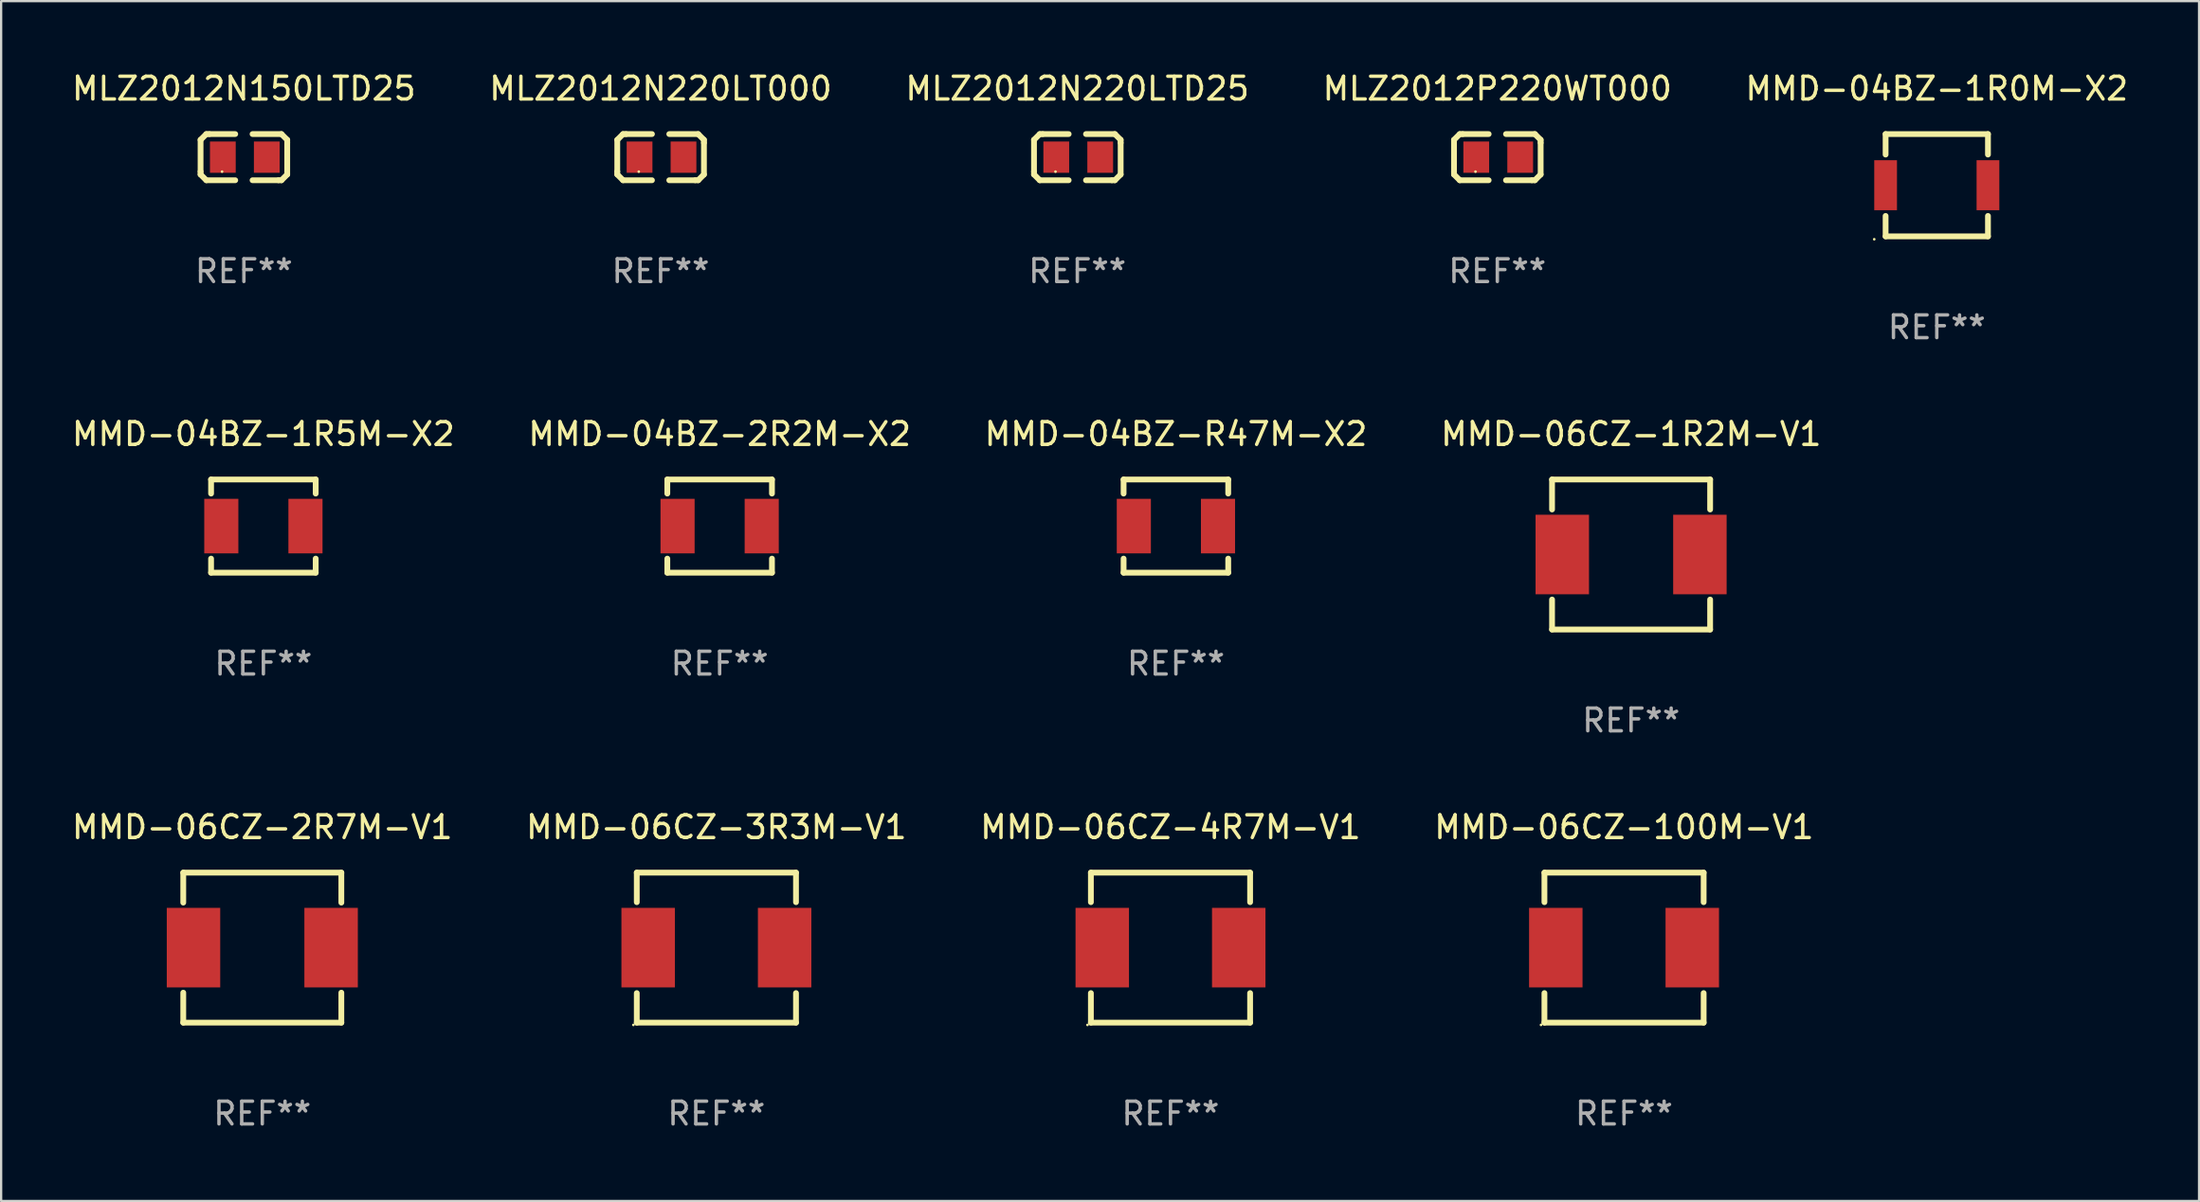
<source format=kicad_pcb>
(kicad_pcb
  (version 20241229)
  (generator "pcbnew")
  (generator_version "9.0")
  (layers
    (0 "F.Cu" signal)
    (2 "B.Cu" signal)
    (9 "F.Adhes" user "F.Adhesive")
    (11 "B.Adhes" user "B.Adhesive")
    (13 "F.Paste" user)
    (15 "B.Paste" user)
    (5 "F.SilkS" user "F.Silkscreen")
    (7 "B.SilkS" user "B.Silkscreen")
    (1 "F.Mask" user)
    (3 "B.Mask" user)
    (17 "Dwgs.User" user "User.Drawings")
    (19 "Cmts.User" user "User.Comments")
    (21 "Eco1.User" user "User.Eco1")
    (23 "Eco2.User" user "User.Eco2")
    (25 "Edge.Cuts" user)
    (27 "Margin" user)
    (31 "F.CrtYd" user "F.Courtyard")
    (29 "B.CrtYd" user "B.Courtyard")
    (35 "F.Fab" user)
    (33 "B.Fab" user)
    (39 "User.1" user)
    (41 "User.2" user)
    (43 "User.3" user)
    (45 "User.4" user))
  (footprint "MMD-06CZ-3R3M-V1"
    (layer "F.Cu")
    (at 28.446 38.642)
    (property "Reference" "MMD-06CZ-3R3M-V1" (at 0 -5.3 0) (layer "F.SilkS") (effects (font (size 1 1) (thickness 0.15))))
    (attr through_hole)
    (fp_line (start -3.5 3.3) (end 3.5 3.3) (stroke (width 0.254) (type solid)) (layer "F.SilkS"))
    (fp_line (start -3.5 -3.3) (end -3.5 -2) (stroke (width 0.254) (type solid)) (layer "F.SilkS"))
    (fp_line (start -3.5 -3.3) (end 3.5 -3.3) (stroke (width 0.254) (type solid)) (layer "F.SilkS"))
    (fp_line (start -3.5 2) (end -3.5 3.3) (stroke (width 0.254) (type solid)) (layer "F.SilkS"))
    (fp_line (start 3.5 -3.3) (end 3.5 -2) (stroke (width 0.254) (type solid)) (layer "F.SilkS"))
    (fp_line (start 3.5 2) (end 3.5 3.3) (stroke (width 0.254) (type solid)) (layer "F.SilkS"))
    (fp_circle (center -3.65 3.4) (end -3.62 3.4) (stroke (width 0.06) (type solid)) (fill no) (layer "F.SilkS"))
    (fp_text user "REF**" (at 0 7.3 0) (layer "F.Fab") (effects (font (size 1 1) (thickness 0.15))))
    (pad "1" smd rect (at -3 0) (size 2.35 3.5) (layers "F.Cu" "F.Mask" "F.Paste"))
    (pad "2" smd rect (at 3 0) (size 2.35 3.5) (layers "F.Cu" "F.Mask" "F.Paste")))
  (footprint "MMD-06CZ-4R7M-V1"
    (layer "F.Cu")
    (at 48.411 38.642)
    (property "Reference" "MMD-06CZ-4R7M-V1" (at 0 -5.3 0) (layer "F.SilkS") (effects (font (size 1 1) (thickness 0.15))))
    (attr through_hole)
    (fp_line (start -3.5 3.3) (end 3.5 3.3) (stroke (width 0.254) (type solid)) (layer "F.SilkS"))
    (fp_line (start -3.5 -3.3) (end -3.5 -2) (stroke (width 0.254) (type solid)) (layer "F.SilkS"))
    (fp_line (start -3.5 -3.3) (end 3.5 -3.3) (stroke (width 0.254) (type solid)) (layer "F.SilkS"))
    (fp_line (start -3.5 2) (end -3.5 3.3) (stroke (width 0.254) (type solid)) (layer "F.SilkS"))
    (fp_line (start 3.5 -3.3) (end 3.5 -2) (stroke (width 0.254) (type solid)) (layer "F.SilkS"))
    (fp_line (start 3.5 2) (end 3.5 3.3) (stroke (width 0.254) (type solid)) (layer "F.SilkS"))
    (fp_circle (center -3.65 3.4) (end -3.62 3.4) (stroke (width 0.06) (type solid)) (fill no) (layer "F.SilkS"))
    (fp_text user "REF**" (at 0 7.3 0) (layer "F.Fab") (effects (font (size 1 1) (thickness 0.15))))
    (pad "1" smd rect (at -3 0) (size 2.35 3.5) (layers "F.Cu" "F.Mask" "F.Paste"))
    (pad "2" smd rect (at 3 0) (size 2.35 3.5) (layers "F.Cu" "F.Mask" "F.Paste")))
  (footprint "MMD-06CZ-100M-V1"
    (layer "F.Cu")
    (at 68.351 38.642)
    (property "Reference" "MMD-06CZ-100M-V1" (at 0 -5.3 0) (layer "F.SilkS") (effects (font (size 1 1) (thickness 0.15))))
    (attr through_hole)
    (fp_line (start -3.5 3.3) (end 3.5 3.3) (stroke (width 0.254) (type solid)) (layer "F.SilkS"))
    (fp_line (start -3.5 -3.3) (end -3.5 -2) (stroke (width 0.254) (type solid)) (layer "F.SilkS"))
    (fp_line (start -3.5 -3.3) (end 3.5 -3.3) (stroke (width 0.254) (type solid)) (layer "F.SilkS"))
    (fp_line (start -3.5 2) (end -3.5 3.3) (stroke (width 0.254) (type solid)) (layer "F.SilkS"))
    (fp_line (start 3.5 -3.3) (end 3.5 -2) (stroke (width 0.254) (type solid)) (layer "F.SilkS"))
    (fp_line (start 3.5 2) (end 3.5 3.3) (stroke (width 0.254) (type solid)) (layer "F.SilkS"))
    (fp_circle (center -3.65 3.4) (end -3.62 3.4) (stroke (width 0.06) (type solid)) (fill no) (layer "F.SilkS"))
    (fp_text user "REF**" (at 0 7.3 0) (layer "F.Fab") (effects (font (size 1 1) (thickness 0.15))))
    (pad "1" smd rect (at -3 0) (size 2.35 3.5) (layers "F.Cu" "F.Mask" "F.Paste"))
    (pad "2" smd rect (at 3 0) (size 2.35 3.5) (layers "F.Cu" "F.Mask" "F.Paste")))
  (footprint "MMD-04BZ-2R2M-X2"
    (layer "F.Cu")
    (at 28.589 20.096)
    (property "Reference" "MMD-04BZ-2R2M-X2" (at 0 -4.05 0) (layer "F.SilkS") (effects (font (size 1 1) (thickness 0.15))))
    (attr through_hole)
    (fp_line (start -2.3 -2.05) (end 2.3 -2.05) (stroke (width 0.254) (type solid)) (layer "F.SilkS"))
    (fp_line (start -2.3 -1.431) (end -2.3 -2.05) (stroke (width 0.254) (type solid)) (layer "F.SilkS"))
    (fp_line (start -2.3 2.05) (end -2.3 1.431) (stroke (width 0.254) (type solid)) (layer "F.SilkS"))
    (fp_line (start 2.3 -1.431) (end 2.3 -2.05) (stroke (width 0.254) (type solid)) (layer "F.SilkS"))
    (fp_line (start 2.3 2.05) (end -2.3 2.05) (stroke (width 0.254) (type solid)) (layer "F.SilkS"))
    (fp_line (start 2.3 2.05) (end 2.3 1.431) (stroke (width 0.254) (type solid)) (layer "F.SilkS"))
    (fp_circle (center -2.25 2.05) (end -2.22 2.05) (stroke (width 0.06) (type solid)) (fill no) (layer "F.SilkS"))
    (fp_text user "REF**" (at 0 6.05 0) (layer "F.Fab") (effects (font (size 1 1) (thickness 0.15))))
    (pad "1" smd rect (at -1.85 0 90) (size 2.4 1.5) (layers "F.Cu" "F.Mask" "F.Paste"))
    (pad "2" smd rect (at 1.85 0 90) (size 2.4 1.5) (layers "F.Cu" "F.Mask" "F.Paste")))
  (footprint "MMD-04BZ-R47M-X2"
    (layer "F.Cu")
    (at 48.649 20.096)
    (property "Reference" "MMD-04BZ-R47M-X2" (at 0 -4.05 0) (layer "F.SilkS") (effects (font (size 1 1) (thickness 0.15))))
    (attr through_hole)
    (fp_line (start -2.3 -2.05) (end 2.3 -2.05) (stroke (width 0.254) (type solid)) (layer "F.SilkS"))
    (fp_line (start -2.3 -1.431) (end -2.3 -2.05) (stroke (width 0.254) (type solid)) (layer "F.SilkS"))
    (fp_line (start -2.3 2.05) (end -2.3 1.431) (stroke (width 0.254) (type solid)) (layer "F.SilkS"))
    (fp_line (start 2.3 -1.431) (end 2.3 -2.05) (stroke (width 0.254) (type solid)) (layer "F.SilkS"))
    (fp_line (start 2.3 2.05) (end -2.3 2.05) (stroke (width 0.254) (type solid)) (layer "F.SilkS"))
    (fp_line (start 2.3 2.05) (end 2.3 1.431) (stroke (width 0.254) (type solid)) (layer "F.SilkS"))
    (fp_circle (center -2.25 2.05) (end -2.22 2.05) (stroke (width 0.06) (type solid)) (fill no) (layer "F.SilkS"))
    (fp_text user "REF**" (at 0 6.05 0) (layer "F.Fab") (effects (font (size 1 1) (thickness 0.15))))
    (pad "1" smd rect (at -1.85 0 90) (size 2.4 1.5) (layers "F.Cu" "F.Mask" "F.Paste"))
    (pad "2" smd rect (at 1.85 0 90) (size 2.4 1.5) (layers "F.Cu" "F.Mask" "F.Paste")))
  (footprint "MMD-06CZ-1R2M-V1"
    (layer "F.Cu")
    (at 68.661 21.346)
    (property "Reference" "MMD-06CZ-1R2M-V1" (at 0 -5.3 0) (layer "F.SilkS") (effects (font (size 1 1) (thickness 0.15))))
    (attr through_hole)
    (fp_line (start -3.475 -3.3) (end 3.475 -3.3) (stroke (width 0.254) (type solid)) (layer "F.SilkS"))
    (fp_line (start -3.475 -1.981) (end -3.475 -3.3) (stroke (width 0.254) (type solid)) (layer "F.SilkS"))
    (fp_line (start -3.475 3.3) (end -3.475 1.981) (stroke (width 0.254) (type solid)) (layer "F.SilkS"))
    (fp_line (start -3.475 3.3) (end 3.475 3.3) (stroke (width 0.254) (type solid)) (layer "F.SilkS"))
    (fp_line (start 3.475 -1.981) (end 3.475 -3.3) (stroke (width 0.254) (type solid)) (layer "F.SilkS"))
    (fp_line (start 3.475 3.3) (end 3.475 1.981) (stroke (width 0.254) (type solid)) (layer "F.SilkS"))
    (fp_circle (center -3.475 3.3) (end -3.445 3.3) (stroke (width 0.06) (type solid)) (fill no) (layer "F.SilkS"))
    (fp_text user "REF**" (at 0 7.3 0) (layer "F.Fab") (effects (font (size 1 1) (thickness 0.15))))
    (pad "1" smd rect (at -3.025 0) (size 2.35 3.5) (layers "F.Cu" "F.Mask" "F.Paste"))
    (pad "2" smd rect (at 3.025 0) (size 2.35 3.5) (layers "F.Cu" "F.Mask" "F.Paste")))
  (footprint "MLZ2012N150LTD25"
    (layer "F.Cu")
    (at 7.673 3.864)
    (property "Reference" "MLZ2012N150LTD25" (at 0 -3.016 0) (layer "F.SilkS") (effects (font (size 1 1) (thickness 0.15))))
    (attr through_hole)
    (fp_line (start -1.905 -0.762) (end -1.905 0.635) (stroke (width 0.254) (type solid)) (layer "F.SilkS"))
    (fp_line (start -1.905 0.635) (end -1.905 0.762) (stroke (width 0.254) (type solid)) (layer "F.SilkS"))
    (fp_line (start -1.905 0.762) (end -1.651 1.016) (stroke (width 0.254) (type solid)) (layer "F.SilkS"))
    (fp_line (start -1.651 -1.016) (end -1.905 -0.762) (stroke (width 0.254) (type solid)) (layer "F.SilkS"))
    (fp_line (start -1.651 1.016) (end -0.381 1.016) (stroke (width 0.254) (type solid)) (layer "F.SilkS"))
    (fp_line (start -1.524 -1.016) (end -1.651 -1.016) (stroke (width 0.254) (type solid)) (layer "F.SilkS"))
    (fp_line (start -0.381 -1.016) (end -1.524 -1.016) (stroke (width 0.254) (type solid)) (layer "F.SilkS"))
    (fp_line (start 0.381 1.016) (end 1.524 1.016) (stroke (width 0.254) (type solid)) (layer "F.SilkS"))
    (fp_line (start 1.524 1.016) (end 1.651 1.016) (stroke (width 0.254) (type solid)) (layer "F.SilkS"))
    (fp_line (start 1.651 -1.016) (end 0.381 -1.016) (stroke (width 0.254) (type solid)) (layer "F.SilkS"))
    (fp_line (start 1.651 1.016) (end 1.905 0.762) (stroke (width 0.254) (type solid)) (layer "F.SilkS"))
    (fp_line (start 1.905 -0.762) (end 1.651 -1.016) (stroke (width 0.254) (type solid)) (layer "F.SilkS"))
    (fp_line (start 1.905 -0.635) (end 1.905 -0.762) (stroke (width 0.254) (type solid)) (layer "F.SilkS"))
    (fp_line (start 1.905 0.762) (end 1.905 -0.635) (stroke (width 0.254) (type solid)) (layer "F.SilkS"))
    (fp_circle (center -0.96 0.637) (end -0.93 0.637) (stroke (width 0.06) (type solid)) (fill no) (layer "F.SilkS"))
    (fp_text user "REF**" (at 0 5.016 0) (layer "F.Fab") (effects (font (size 1 1) (thickness 0.15))))
    (pad "1" smd rect (at -0.926 -0.000051) (size 1.133 1.377) (layers "F.Cu" "F.Mask" "F.Paste"))
    (pad "2" smd rect (at 1.006 -0.000051) (size 1.133 1.377) (layers "F.Cu" "F.Mask" "F.Paste")))
  (footprint "MLZ2012N220LTD25"
    (layer "F.Cu")
    (at 44.315 3.864)
    (property "Reference" "MLZ2012N220LTD25" (at 0 -3.016 0) (layer "F.SilkS") (effects (font (size 1 1) (thickness 0.15))))
    (attr through_hole)
    (fp_line (start -1.905 -0.762) (end -1.905 0.635) (stroke (width 0.254) (type solid)) (layer "F.SilkS"))
    (fp_line (start -1.905 0.635) (end -1.905 0.762) (stroke (width 0.254) (type solid)) (layer "F.SilkS"))
    (fp_line (start -1.905 0.762) (end -1.651 1.016) (stroke (width 0.254) (type solid)) (layer "F.SilkS"))
    (fp_line (start -1.651 -1.016) (end -1.905 -0.762) (stroke (width 0.254) (type solid)) (layer "F.SilkS"))
    (fp_line (start -1.651 1.016) (end -0.381 1.016) (stroke (width 0.254) (type solid)) (layer "F.SilkS"))
    (fp_line (start -1.524 -1.016) (end -1.651 -1.016) (stroke (width 0.254) (type solid)) (layer "F.SilkS"))
    (fp_line (start -0.381 -1.016) (end -1.524 -1.016) (stroke (width 0.254) (type solid)) (layer "F.SilkS"))
    (fp_line (start 0.381 1.016) (end 1.524 1.016) (stroke (width 0.254) (type solid)) (layer "F.SilkS"))
    (fp_line (start 1.524 1.016) (end 1.651 1.016) (stroke (width 0.254) (type solid)) (layer "F.SilkS"))
    (fp_line (start 1.651 -1.016) (end 0.381 -1.016) (stroke (width 0.254) (type solid)) (layer "F.SilkS"))
    (fp_line (start 1.651 1.016) (end 1.905 0.762) (stroke (width 0.254) (type solid)) (layer "F.SilkS"))
    (fp_line (start 1.905 -0.762) (end 1.651 -1.016) (stroke (width 0.254) (type solid)) (layer "F.SilkS"))
    (fp_line (start 1.905 -0.635) (end 1.905 -0.762) (stroke (width 0.254) (type solid)) (layer "F.SilkS"))
    (fp_line (start 1.905 0.762) (end 1.905 -0.635) (stroke (width 0.254) (type solid)) (layer "F.SilkS"))
    (fp_circle (center -0.96 0.637) (end -0.93 0.637) (stroke (width 0.06) (type solid)) (fill no) (layer "F.SilkS"))
    (fp_text user "REF**" (at 0 5.016 0) (layer "F.Fab") (effects (font (size 1 1) (thickness 0.15))))
    (pad "1" smd rect (at -0.926 -0.000051) (size 1.133 1.377) (layers "F.Cu" "F.Mask" "F.Paste"))
    (pad "2" smd rect (at 1.006 -0.000051) (size 1.133 1.377) (layers "F.Cu" "F.Mask" "F.Paste")))
  (footprint "MLZ2012N220LT000"
    (layer "F.Cu")
    (at 25.994 3.864)
    (property "Reference" "MLZ2012N220LT000" (at 0 -3.016 0) (layer "F.SilkS") (effects (font (size 1 1) (thickness 0.15))))
    (attr through_hole)
    (fp_line (start -1.905 -0.762) (end -1.905 0.635) (stroke (width 0.254) (type solid)) (layer "F.SilkS"))
    (fp_line (start -1.905 0.635) (end -1.905 0.762) (stroke (width 0.254) (type solid)) (layer "F.SilkS"))
    (fp_line (start -1.905 0.762) (end -1.651 1.016) (stroke (width 0.254) (type solid)) (layer "F.SilkS"))
    (fp_line (start -1.651 -1.016) (end -1.905 -0.762) (stroke (width 0.254) (type solid)) (layer "F.SilkS"))
    (fp_line (start -1.651 1.016) (end -0.381 1.016) (stroke (width 0.254) (type solid)) (layer "F.SilkS"))
    (fp_line (start -1.524 -1.016) (end -1.651 -1.016) (stroke (width 0.254) (type solid)) (layer "F.SilkS"))
    (fp_line (start -0.381 -1.016) (end -1.524 -1.016) (stroke (width 0.254) (type solid)) (layer "F.SilkS"))
    (fp_line (start 0.381 1.016) (end 1.524 1.016) (stroke (width 0.254) (type solid)) (layer "F.SilkS"))
    (fp_line (start 1.524 1.016) (end 1.651 1.016) (stroke (width 0.254) (type solid)) (layer "F.SilkS"))
    (fp_line (start 1.651 -1.016) (end 0.381 -1.016) (stroke (width 0.254) (type solid)) (layer "F.SilkS"))
    (fp_line (start 1.651 1.016) (end 1.905 0.762) (stroke (width 0.254) (type solid)) (layer "F.SilkS"))
    (fp_line (start 1.905 -0.762) (end 1.651 -1.016) (stroke (width 0.254) (type solid)) (layer "F.SilkS"))
    (fp_line (start 1.905 -0.635) (end 1.905 -0.762) (stroke (width 0.254) (type solid)) (layer "F.SilkS"))
    (fp_line (start 1.905 0.762) (end 1.905 -0.635) (stroke (width 0.254) (type solid)) (layer "F.SilkS"))
    (fp_circle (center -0.96 0.637) (end -0.93 0.637) (stroke (width 0.06) (type solid)) (fill no) (layer "F.SilkS"))
    (fp_text user "REF**" (at 0 5.016 0) (layer "F.Fab") (effects (font (size 1 1) (thickness 0.15))))
    (pad "1" smd rect (at -0.926 -0.000051) (size 1.133 1.377) (layers "F.Cu" "F.Mask" "F.Paste"))
    (pad "2" smd rect (at 1.006 -0.000051) (size 1.133 1.377) (layers "F.Cu" "F.Mask" "F.Paste")))
  (footprint "MMD-04BZ-1R0M-X2"
    (layer "F.Cu")
    (at 82.101 5.099)
    (property "Reference" "MMD-04BZ-1R0M-X2" (at 0 -4.25 0) (layer "F.SilkS") (effects (font (size 1 1) (thickness 0.15))))
    (attr through_hole)
    (fp_line (start -2.25 -2.25) (end 2.25 -2.25) (stroke (width 0.254) (type solid)) (layer "F.SilkS"))
    (fp_line (start -2.25 -1.349) (end -2.25 -2.25) (stroke (width 0.254) (type solid)) (layer "F.SilkS"))
    (fp_line (start -2.25 2.25) (end -2.25 1.351) (stroke (width 0.254) (type solid)) (layer "F.SilkS"))
    (fp_line (start 2.25 -2.25) (end 2.25 -1.349) (stroke (width 0.254) (type solid)) (layer "F.SilkS"))
    (fp_line (start 2.25 1.351) (end 2.25 2.25) (stroke (width 0.254) (type solid)) (layer "F.SilkS"))
    (fp_line (start 2.25 2.25) (end -2.25 2.25) (stroke (width 0.254) (type solid)) (layer "F.SilkS"))
    (fp_circle (center -2.75 2.377) (end -2.72 2.377) (stroke (width 0.06) (type solid)) (fill no) (layer "F.SilkS"))
    (fp_text user "REF**" (at 0 6.25 0) (layer "F.Fab") (effects (font (size 1 1) (thickness 0.15))))
    (pad "1" smd rect (at -2.25 0) (size 1 2.2) (layers "F.Cu" "F.Mask" "F.Paste"))
    (pad "2" smd rect (at 2.25 0) (size 1 2.2) (layers "F.Cu" "F.Mask" "F.Paste")))
  (footprint "MMD-06CZ-2R7M-V1"
    (layer "F.Cu")
    (at 8.482 38.642)
    (property "Reference" "MMD-06CZ-2R7M-V1" (at 0 -5.3 0) (layer "F.SilkS") (effects (font (size 1 1) (thickness 0.15))))
    (attr through_hole)
    (fp_line (start -3.475 -3.3) (end 3.475 -3.3) (stroke (width 0.254) (type solid)) (layer "F.SilkS"))
    (fp_line (start -3.475 -1.981) (end -3.475 -3.3) (stroke (width 0.254) (type solid)) (layer "F.SilkS"))
    (fp_line (start -3.475 3.3) (end -3.475 1.981) (stroke (width 0.254) (type solid)) (layer "F.SilkS"))
    (fp_line (start -3.475 3.3) (end 3.475 3.3) (stroke (width 0.254) (type solid)) (layer "F.SilkS"))
    (fp_line (start 3.475 -1.981) (end 3.475 -3.3) (stroke (width 0.254) (type solid)) (layer "F.SilkS"))
    (fp_line (start 3.475 3.3) (end 3.475 1.981) (stroke (width 0.254) (type solid)) (layer "F.SilkS"))
    (fp_circle (center -3.475 3.3) (end -3.445 3.3) (stroke (width 0.06) (type solid)) (fill no) (layer "F.SilkS"))
    (fp_text user "REF**" (at 0 7.3 0) (layer "F.Fab") (effects (font (size 1 1) (thickness 0.15))))
    (pad "1" smd rect (at -3.025 0) (size 2.35 3.5) (layers "F.Cu" "F.Mask" "F.Paste"))
    (pad "2" smd rect (at 3.025 0) (size 2.35 3.5) (layers "F.Cu" "F.Mask" "F.Paste")))
  (footprint "MMD-04BZ-1R5M-X2"
    (layer "F.Cu")
    (at 8.53 20.096)
    (property "Reference" "MMD-04BZ-1R5M-X2" (at 0 -4.05 0) (layer "F.SilkS") (effects (font (size 1 1) (thickness 0.15))))
    (attr through_hole)
    (fp_line (start -2.3 -2.05) (end 2.3 -2.05) (stroke (width 0.254) (type solid)) (layer "F.SilkS"))
    (fp_line (start -2.3 -1.431) (end -2.3 -2.05) (stroke (width 0.254) (type solid)) (layer "F.SilkS"))
    (fp_line (start -2.3 2.05) (end -2.3 1.431) (stroke (width 0.254) (type solid)) (layer "F.SilkS"))
    (fp_line (start 2.3 -1.431) (end 2.3 -2.05) (stroke (width 0.254) (type solid)) (layer "F.SilkS"))
    (fp_line (start 2.3 2.05) (end -2.3 2.05) (stroke (width 0.254) (type solid)) (layer "F.SilkS"))
    (fp_line (start 2.3 2.05) (end 2.3 1.431) (stroke (width 0.254) (type solid)) (layer "F.SilkS"))
    (fp_circle (center -2.25 2.05) (end -2.22 2.05) (stroke (width 0.06) (type solid)) (fill no) (layer "F.SilkS"))
    (fp_text user "REF**" (at 0 6.05 0) (layer "F.Fab") (effects (font (size 1 1) (thickness 0.15))))
    (pad "1" smd rect (at -1.85 0 90) (size 2.4 1.5) (layers "F.Cu" "F.Mask" "F.Paste"))
    (pad "2" smd rect (at 1.85 0 90) (size 2.4 1.5) (layers "F.Cu" "F.Mask" "F.Paste")))
  (footprint "MLZ2012P220WT000"
    (layer "F.Cu")
    (at 62.78 3.864)
    (property "Reference" "MLZ2012P220WT000" (at 0 -3.016 0) (layer "F.SilkS") (effects (font (size 1 1) (thickness 0.15))))
    (attr through_hole)
    (fp_line (start -1.905 -0.762) (end -1.905 0.635) (stroke (width 0.254) (type solid)) (layer "F.SilkS"))
    (fp_line (start -1.905 0.635) (end -1.905 0.762) (stroke (width 0.254) (type solid)) (layer "F.SilkS"))
    (fp_line (start -1.905 0.762) (end -1.651 1.016) (stroke (width 0.254) (type solid)) (layer "F.SilkS"))
    (fp_line (start -1.651 -1.016) (end -1.905 -0.762) (stroke (width 0.254) (type solid)) (layer "F.SilkS"))
    (fp_line (start -1.651 1.016) (end -0.381 1.016) (stroke (width 0.254) (type solid)) (layer "F.SilkS"))
    (fp_line (start -1.524 -1.016) (end -1.651 -1.016) (stroke (width 0.254) (type solid)) (layer "F.SilkS"))
    (fp_line (start -0.381 -1.016) (end -1.524 -1.016) (stroke (width 0.254) (type solid)) (layer "F.SilkS"))
    (fp_line (start 0.381 1.016) (end 1.524 1.016) (stroke (width 0.254) (type solid)) (layer "F.SilkS"))
    (fp_line (start 1.524 1.016) (end 1.651 1.016) (stroke (width 0.254) (type solid)) (layer "F.SilkS"))
    (fp_line (start 1.651 -1.016) (end 0.381 -1.016) (stroke (width 0.254) (type solid)) (layer "F.SilkS"))
    (fp_line (start 1.651 1.016) (end 1.905 0.762) (stroke (width 0.254) (type solid)) (layer "F.SilkS"))
    (fp_line (start 1.905 -0.762) (end 1.651 -1.016) (stroke (width 0.254) (type solid)) (layer "F.SilkS"))
    (fp_line (start 1.905 -0.635) (end 1.905 -0.762) (stroke (width 0.254) (type solid)) (layer "F.SilkS"))
    (fp_line (start 1.905 0.762) (end 1.905 -0.635) (stroke (width 0.254) (type solid)) (layer "F.SilkS"))
    (fp_circle (center -0.96 0.637) (end -0.93 0.637) (stroke (width 0.06) (type solid)) (fill no) (layer "F.SilkS"))
    (fp_text user "REF**" (at 0 5.016 0) (layer "F.Fab") (effects (font (size 1 1) (thickness 0.15))))
    (pad "1" smd rect (at -0.926 -0.000051) (size 1.133 1.377) (layers "F.Cu" "F.Mask" "F.Paste"))
    (pad "2" smd rect (at 1.006 -0.000051) (size 1.133 1.377) (layers "F.Cu" "F.Mask" "F.Paste")))
  (gr_rect
    (start -3 -3)
    (end 93.631 49.79)
    (stroke (width 0.1) (type default))
    (fill no)
    (layer "Edge.Cuts")))
</source>
